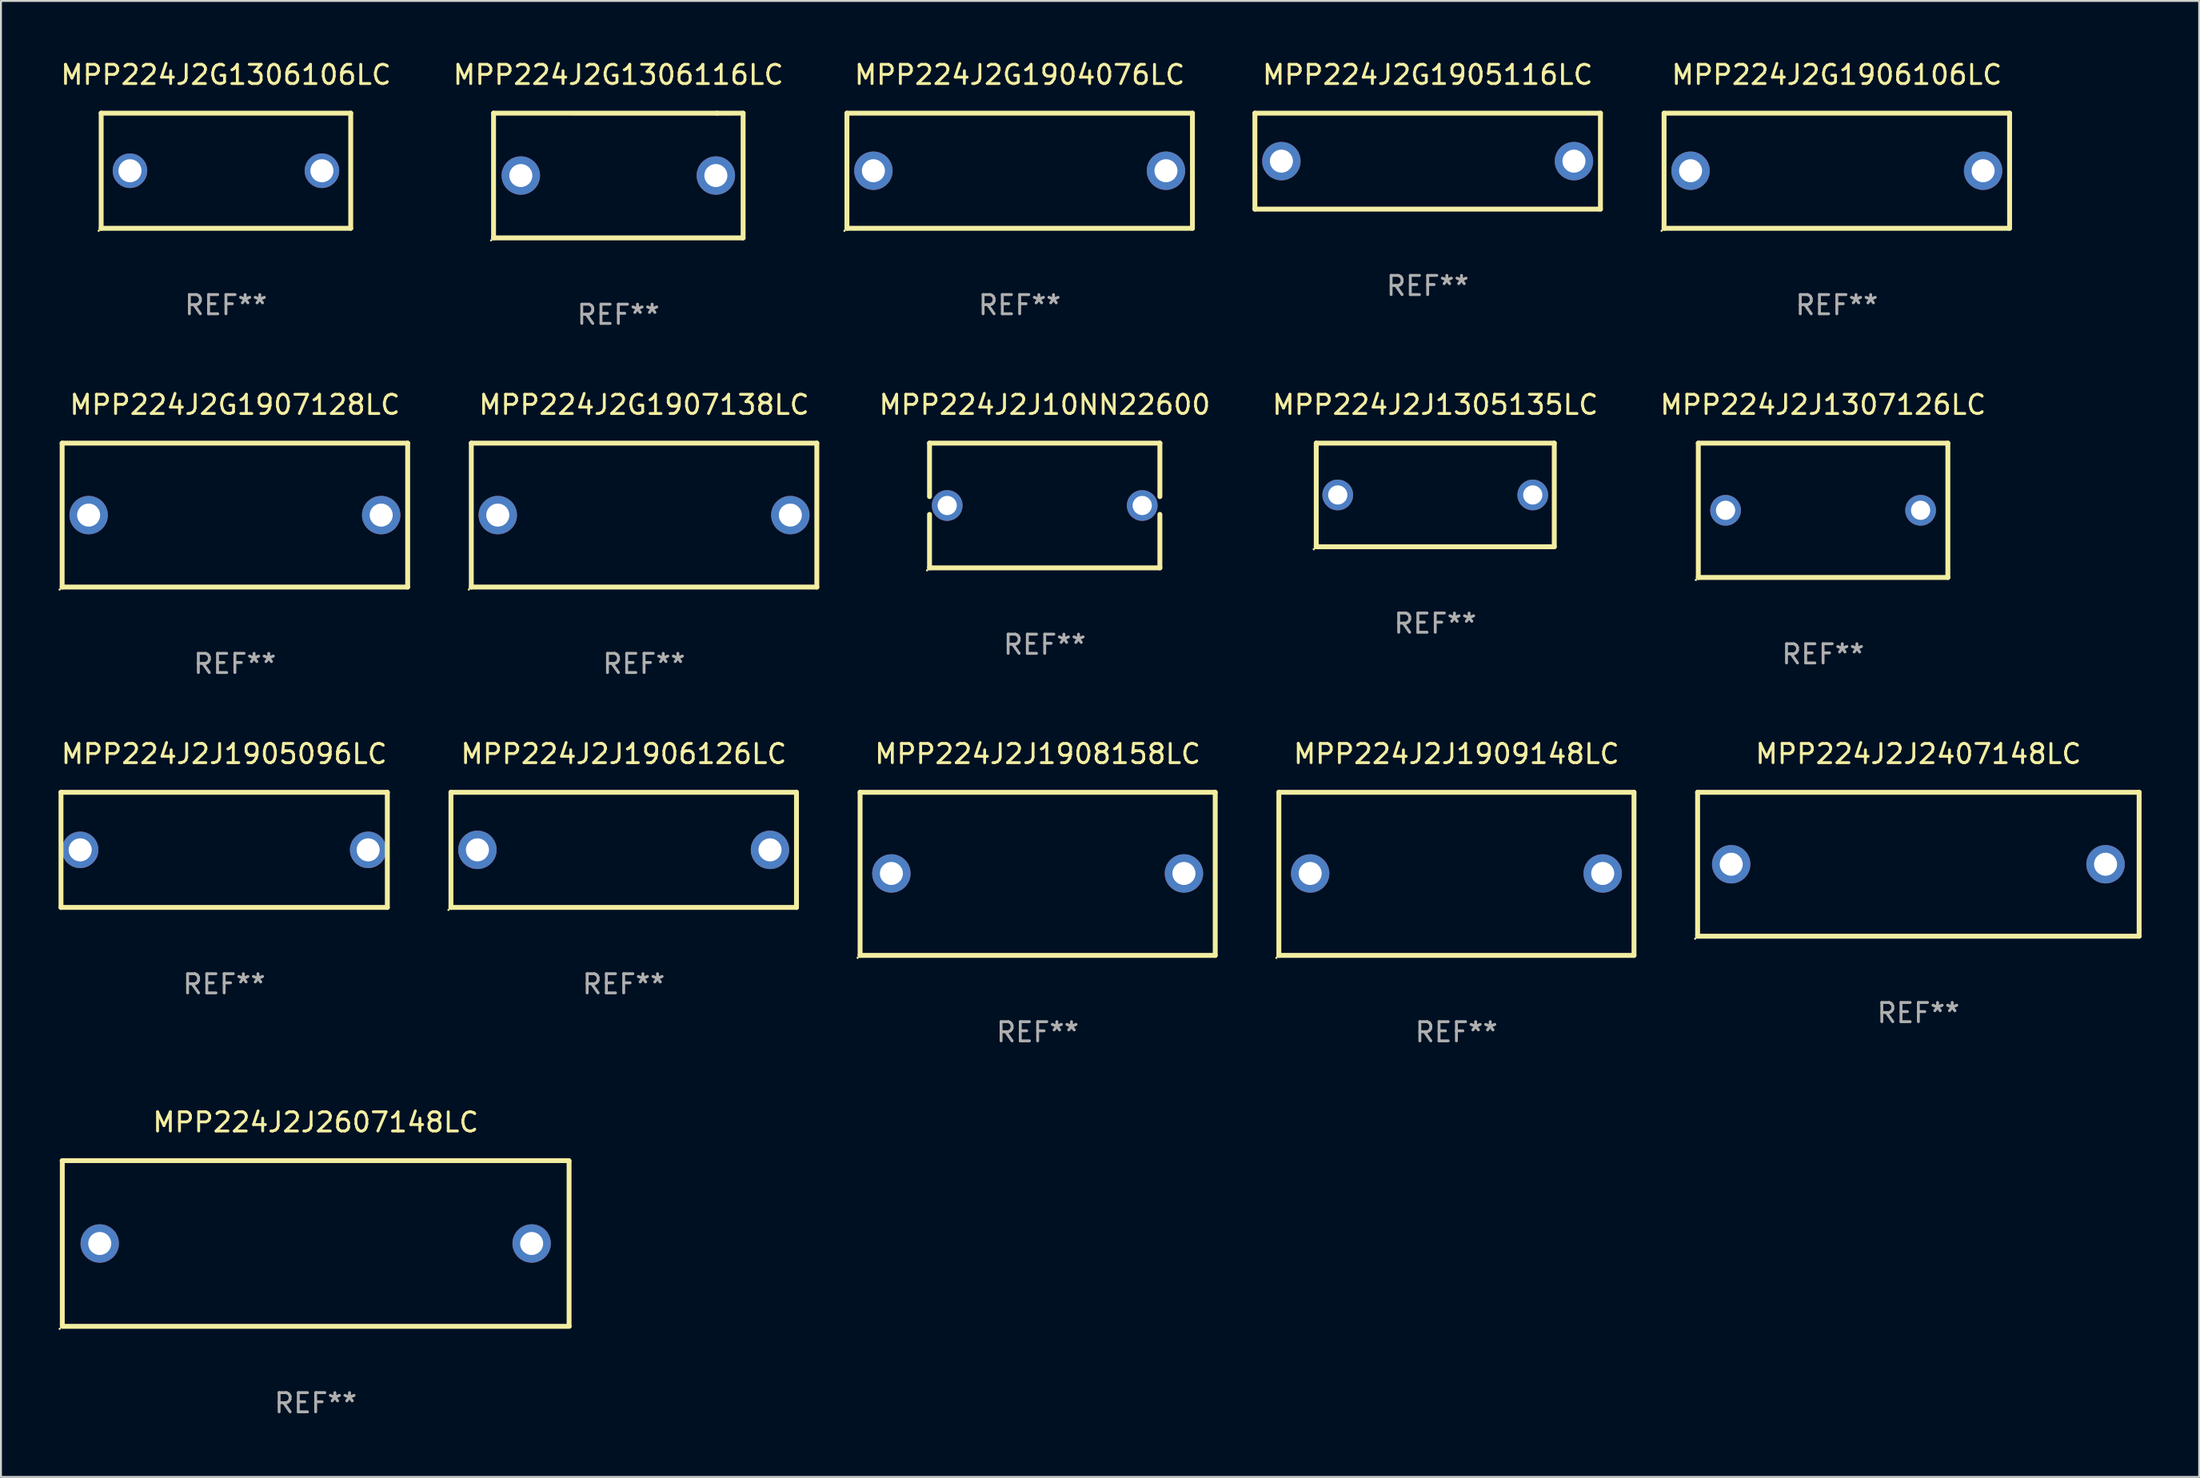
<source format=kicad_pcb>
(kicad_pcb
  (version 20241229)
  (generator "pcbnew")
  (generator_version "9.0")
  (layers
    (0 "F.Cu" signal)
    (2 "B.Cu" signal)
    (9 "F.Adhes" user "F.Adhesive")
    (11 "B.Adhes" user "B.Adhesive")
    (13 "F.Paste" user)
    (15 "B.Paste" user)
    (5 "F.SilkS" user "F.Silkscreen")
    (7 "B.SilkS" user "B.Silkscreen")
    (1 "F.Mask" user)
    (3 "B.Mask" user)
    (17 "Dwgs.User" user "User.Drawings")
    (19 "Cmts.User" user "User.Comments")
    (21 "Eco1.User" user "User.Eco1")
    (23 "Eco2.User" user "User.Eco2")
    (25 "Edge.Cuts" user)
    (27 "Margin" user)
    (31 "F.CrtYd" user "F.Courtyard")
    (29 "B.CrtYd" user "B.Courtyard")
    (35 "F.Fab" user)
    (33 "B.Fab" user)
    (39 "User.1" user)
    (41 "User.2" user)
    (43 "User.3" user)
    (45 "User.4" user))
  (footprint "MPP224J2G1906106LC"
    (layer "F.Cu")
    (at 92.636 5.848)
    (property "Reference" "MPP224J2G1906106LC" (at 0 -5 0) (layer "F.SilkS") (effects (font (size 1 1) (thickness 0.15))))
    (attr through_hole)
    (fp_line (start -9 -3) (end 9 -3) (stroke (width 0.254) (type solid)) (layer "F.SilkS"))
    (fp_line (start -9 3) (end -9 -3) (stroke (width 0.254) (type solid)) (layer "F.SilkS"))
    (fp_line (start 9 -3) (end 9 3) (stroke (width 0.254) (type solid)) (layer "F.SilkS"))
    (fp_line (start 9 3) (end -9 3) (stroke (width 0.254) (type solid)) (layer "F.SilkS"))
    (fp_circle (center -9.127 3.127) (end -9.097 3.127) (stroke (width 0.06) (type solid)) (fill no) (layer "F.SilkS"))
    (fp_text user "REF**" (at 0 7 0) (layer "F.Fab") (effects (font (size 1 1) (thickness 0.15))))
    (pad "1" thru_hole circle (at -7.62 0) (size 2 2) (drill 1.2) (layers "*.Cu" "*.Mask"))
    (pad "2" thru_hole circle (at 7.62 0) (size 2 2) (drill 1.2) (layers "*.Cu" "*.Mask")))
  (footprint "MPP224J2J2407148LC"
    (layer "F.Cu")
    (at 96.884 41.991)
    (property "Reference" "MPP224J2J2407148LC" (at 0 -5.75 0) (layer "F.SilkS") (effects (font (size 1 1) (thickness 0.15))))
    (attr through_hole)
    (fp_line (start -11.5 -3.75) (end 11.5 -3.75) (stroke (width 0.254) (type solid)) (layer "F.SilkS"))
    (fp_line (start -11.5 3.75) (end -11.5 -3.75) (stroke (width 0.254) (type solid)) (layer "F.SilkS"))
    (fp_line (start 11.5 -3.75) (end 11.5 3.75) (stroke (width 0.254) (type solid)) (layer "F.SilkS"))
    (fp_line (start 11.5 3.75) (end -11.5 3.75) (stroke (width 0.254) (type solid)) (layer "F.SilkS"))
    (fp_circle (center -11.627 3.877) (end -11.597 3.877) (stroke (width 0.06) (type solid)) (fill no) (layer "F.SilkS"))
    (fp_text user "REF**" (at 0 7.75 0) (layer "F.Fab") (effects (font (size 1 1) (thickness 0.15))))
    (pad "1" thru_hole circle (at -9.75 0) (size 2 2) (drill 1.2) (layers "*.Cu" "*.Mask"))
    (pad "2" thru_hole circle (at 9.75 0) (size 2 2) (drill 1.2) (layers "*.Cu" "*.Mask")))
  (footprint "MPP224J2J10NN22600"
    (layer "F.Cu")
    (at 51.372 23.295)
    (property "Reference" "MPP224J2J10NN22600" (at 0 -5.25 0) (layer "F.SilkS") (effects (font (size 1 1) (thickness 0.15))))
    (attr through_hole)
    (fp_line (start -6 -3.25) (end 6 -3.25) (stroke (width 0.254) (type solid)) (layer "F.SilkS"))
    (fp_line (start -6 -0.463) (end -6 -3.25) (stroke (width 0.254) (type solid)) (layer "F.SilkS"))
    (fp_line (start -6 3.25) (end -6 0.463) (stroke (width 0.254) (type solid)) (layer "F.SilkS"))
    (fp_line (start 6 -3.25) (end 6 -0.463) (stroke (width 0.254) (type solid)) (layer "F.SilkS"))
    (fp_line (start 6 0.463) (end 6 3.25) (stroke (width 0.254) (type solid)) (layer "F.SilkS"))
    (fp_line (start 6 3.25) (end -6 3.25) (stroke (width 0.254) (type solid)) (layer "F.SilkS"))
    (fp_circle (center -6.127 3.377) (end -6.097 3.377) (stroke (width 0.06) (type solid)) (fill no) (layer "F.SilkS"))
    (fp_text user "REF**" (at 0 7.25 0) (layer "F.Fab") (effects (font (size 1 1) (thickness 0.15))))
    (pad "1" thru_hole circle (at -5.08 -0.000013) (size 1.6 1.6) (drill 1) (layers "*.Cu" "*.Mask"))
    (pad "2" thru_hole circle (at 5.08 -0.000013) (size 1.6 1.6) (drill 1) (layers "*.Cu" "*.Mask")))
  (footprint "MPP224J2G1907128LC"
    (layer "F.Cu")
    (at 9.187 23.795)
    (property "Reference" "MPP224J2G1907128LC" (at 0 -5.75 0) (layer "F.SilkS") (effects (font (size 1 1) (thickness 0.15))))
    (attr through_hole)
    (fp_line (start -9 -3.75) (end 9 -3.75) (stroke (width 0.254) (type solid)) (layer "F.SilkS"))
    (fp_line (start -9 3.75) (end -9 -3.75) (stroke (width 0.254) (type solid)) (layer "F.SilkS"))
    (fp_line (start 9 -3.75) (end 9 3.75) (stroke (width 0.254) (type solid)) (layer "F.SilkS"))
    (fp_line (start 9 3.75) (end -9 3.75) (stroke (width 0.254) (type solid)) (layer "F.SilkS"))
    (fp_circle (center -9.127 3.877) (end -9.097 3.877) (stroke (width 0.06) (type solid)) (fill no) (layer "F.SilkS"))
    (fp_text user "REF**" (at 0 7.75 0) (layer "F.Fab") (effects (font (size 1 1) (thickness 0.15))))
    (pad "1" thru_hole circle (at -7.62 0) (size 2 2) (drill 1.2) (layers "*.Cu" "*.Mask"))
    (pad "2" thru_hole circle (at 7.62 0) (size 2 2) (drill 1.2) (layers "*.Cu" "*.Mask")))
  (footprint "MPP224J2G1907138LC"
    (layer "F.Cu")
    (at 30.501 23.795)
    (property "Reference" "MPP224J2G1907138LC" (at 0 -5.75 0) (layer "F.SilkS") (effects (font (size 1 1) (thickness 0.15))))
    (attr through_hole)
    (fp_line (start -9 -3.75) (end 9 -3.75) (stroke (width 0.254) (type solid)) (layer "F.SilkS"))
    (fp_line (start -9 3.75) (end -9 -3.75) (stroke (width 0.254) (type solid)) (layer "F.SilkS"))
    (fp_line (start 9 -3.75) (end 9 3.75) (stroke (width 0.254) (type solid)) (layer "F.SilkS"))
    (fp_line (start 9 3.75) (end -9 3.75) (stroke (width 0.254) (type solid)) (layer "F.SilkS"))
    (fp_circle (center -9.127 3.877) (end -9.097 3.877) (stroke (width 0.06) (type solid)) (fill no) (layer "F.SilkS"))
    (fp_text user "REF**" (at 0 7.75 0) (layer "F.Fab") (effects (font (size 1 1) (thickness 0.15))))
    (pad "1" thru_hole circle (at -7.62 0) (size 2 2) (drill 1.2) (layers "*.Cu" "*.Mask"))
    (pad "2" thru_hole circle (at 7.62 0) (size 2 2) (drill 1.2) (layers "*.Cu" "*.Mask")))
  (footprint "MPP224J2J1305135LC"
    (layer "F.Cu")
    (at 71.717 22.745)
    (property "Reference" "MPP224J2J1305135LC" (at 0 -4.7 0) (layer "F.SilkS") (effects (font (size 1 1) (thickness 0.15))))
    (attr through_hole)
    (fp_line (start -6.2 -2.7) (end 6.2 -2.7) (stroke (width 0.254) (type solid)) (layer "F.SilkS"))
    (fp_line (start -6.2 2.7) (end -6.2 -2.7) (stroke (width 0.254) (type solid)) (layer "F.SilkS"))
    (fp_line (start 6.2 -2.7) (end 6.2 2.7) (stroke (width 0.254) (type solid)) (layer "F.SilkS"))
    (fp_line (start 6.2 2.7) (end -6.2 2.7) (stroke (width 0.254) (type solid)) (layer "F.SilkS"))
    (fp_circle (center -6.327 2.827) (end -6.297 2.827) (stroke (width 0.06) (type solid)) (fill no) (layer "F.SilkS"))
    (fp_text user "REF**" (at 0 6.7 0) (layer "F.Fab") (effects (font (size 1 1) (thickness 0.15))))
    (pad "1" thru_hole circle (at -5.08 0) (size 1.6 1.6) (drill 1) (layers "*.Cu" "*.Mask"))
    (pad "2" thru_hole circle (at 5.08 0) (size 1.6 1.6) (drill 1) (layers "*.Cu" "*.Mask")))
  (footprint "MPP224J2J1909148LC"
    (layer "F.Cu")
    (at 72.82 42.491)
    (property "Reference" "MPP224J2J1909148LC" (at 0 -6.25 0) (layer "F.SilkS") (effects (font (size 1 1) (thickness 0.15))))
    (attr through_hole)
    (fp_line (start -9.25 -4.25) (end 9.25 -4.25) (stroke (width 0.254) (type solid)) (layer "F.SilkS"))
    (fp_line (start -9.25 4.25) (end -9.25 -4.25) (stroke (width 0.254) (type solid)) (layer "F.SilkS"))
    (fp_line (start 9.25 -4.25) (end 9.25 4.25) (stroke (width 0.254) (type solid)) (layer "F.SilkS"))
    (fp_line (start 9.25 4.25) (end -9.25 4.25) (stroke (width 0.254) (type solid)) (layer "F.SilkS"))
    (fp_circle (center -9.377 4.377) (end -9.347 4.377) (stroke (width 0.06) (type solid)) (fill no) (layer "F.SilkS"))
    (fp_text user "REF**" (at 0 8.25 0) (layer "F.Fab") (effects (font (size 1 1) (thickness 0.15))))
    (pad "1" thru_hole circle (at -7.62 -0.02) (size 2 2) (drill 1.2) (layers "*.Cu" "*.Mask"))
    (pad "2" thru_hole circle (at 7.62 -0.02) (size 2 2) (drill 1.2) (layers "*.Cu" "*.Mask")))
  (footprint "MPP224J2J2607148LC"
    (layer "F.Cu")
    (at 13.395 61.756)
    (property "Reference" "MPP224J2J2607148LC" (at 0 -6.318 0) (layer "F.SilkS") (effects (font (size 1 1) (thickness 0.15))))
    (attr through_hole)
    (fp_line (start -13.208 -4.318) (end 13.193 -4.318) (stroke (width 0.254) (type solid)) (layer "F.SilkS"))
    (fp_line (start -13.2 4.3) (end -13.2 -4.3) (stroke (width 0.254) (type solid)) (layer "F.SilkS"))
    (fp_line (start 13.2 -4.3) (end 13.2 4.3) (stroke (width 0.254) (type solid)) (layer "F.SilkS"))
    (fp_line (start 13.208 4.318) (end -13.193 4.318) (stroke (width 0.254) (type solid)) (layer "F.SilkS"))
    (fp_circle (center -13.335 4.445) (end -13.305 4.445) (stroke (width 0.06) (type solid)) (fill no) (layer "F.SilkS"))
    (fp_text user "REF**" (at 0 8.318 0) (layer "F.Fab") (effects (font (size 1 1) (thickness 0.15))))
    (pad "1" thru_hole circle (at -11.25 0) (size 2 2) (drill 1.2) (layers "*.Cu" "*.Mask"))
    (pad "2" thru_hole circle (at 11.25 0) (size 2 2) (drill 1.2) (layers "*.Cu" "*.Mask")))
  (footprint "MPP224J2G1904076LC"
    (layer "F.Cu")
    (at 50.068 5.848)
    (property "Reference" "MPP224J2G1904076LC" (at 0 -5 0) (layer "F.SilkS") (effects (font (size 1 1) (thickness 0.15))))
    (attr through_hole)
    (fp_line (start -9 -3) (end 9 -3) (stroke (width 0.254) (type solid)) (layer "F.SilkS"))
    (fp_line (start -9 3) (end -9 -3) (stroke (width 0.254) (type solid)) (layer "F.SilkS"))
    (fp_line (start 9 -3) (end 9 3) (stroke (width 0.254) (type solid)) (layer "F.SilkS"))
    (fp_line (start 9 3) (end -9 3) (stroke (width 0.254) (type solid)) (layer "F.SilkS"))
    (fp_circle (center -9.127 3.127) (end -9.097 3.127) (stroke (width 0.06) (type solid)) (fill no) (layer "F.SilkS"))
    (fp_text user "REF**" (at 0 7 0) (layer "F.Fab") (effects (font (size 1 1) (thickness 0.15))))
    (pad "1" thru_hole circle (at -7.62 0) (size 2 2) (drill 1.2) (layers "*.Cu" "*.Mask"))
    (pad "2" thru_hole circle (at 7.62 0) (size 2 2) (drill 1.2) (layers "*.Cu" "*.Mask")))
  (footprint "MPP224J2G1306106LC"
    (layer "F.Cu")
    (at 8.72 5.848)
    (property "Reference" "MPP224J2G1306106LC" (at 0 -5 0) (layer "F.SilkS") (effects (font (size 1 1) (thickness 0.15))))
    (attr through_hole)
    (fp_line (start -6.5 -3) (end 6.5 -3) (stroke (width 0.254) (type solid)) (layer "F.SilkS"))
    (fp_line (start -6.5 3) (end -6.5 -3) (stroke (width 0.254) (type solid)) (layer "F.SilkS"))
    (fp_line (start -6.5 3) (end 6.5 3) (stroke (width 0.254) (type solid)) (layer "F.SilkS"))
    (fp_line (start 6.5 -3) (end 6.5 3) (stroke (width 0.254) (type solid)) (layer "F.SilkS"))
    (fp_circle (center -6.627 3.127) (end -6.597 3.127) (stroke (width 0.06) (type solid)) (fill no) (layer "F.SilkS"))
    (fp_text user "REF**" (at 0 7 0) (layer "F.Fab") (effects (font (size 1 1) (thickness 0.15))))
    (pad "1" thru_hole circle (at -5 0) (size 1.8 1.8) (drill 1.2) (layers "*.Cu" "*.Mask"))
    (pad "2" thru_hole circle (at 5 0) (size 1.8 1.8) (drill 1.2) (layers "*.Cu" "*.Mask")))
  (footprint "MPP224J2G1905116LC"
    (layer "F.Cu")
    (at 71.322 5.348)
    (property "Reference" "MPP224J2G1905116LC" (at 0 -4.5 0) (layer "F.SilkS") (effects (font (size 1 1) (thickness 0.15))))
    (attr through_hole)
    (fp_line (start -9 -2.5) (end 9 -2.5) (stroke (width 0.254) (type solid)) (layer "F.SilkS"))
    (fp_line (start -9 2.5) (end -9 -2.5) (stroke (width 0.254) (type solid)) (layer "F.SilkS"))
    (fp_line (start 9 -2.5) (end 9 2.5) (stroke (width 0.254) (type solid)) (layer "F.SilkS"))
    (fp_line (start 9 2.5) (end -9 2.5) (stroke (width 0.254) (type solid)) (layer "F.SilkS"))
    (fp_circle (center -9 2.5) (end -8.97 2.5) (stroke (width 0.06) (type solid)) (fill no) (layer "F.SilkS"))
    (fp_text user "REF**" (at 0 6.5 0) (layer "F.Fab") (effects (font (size 1 1) (thickness 0.15))))
    (pad "1" thru_hole circle (at -7.62 -0.000127) (size 2 2) (drill 1.2) (layers "*.Cu" "*.Mask"))
    (pad "2" thru_hole circle (at 7.62 -0.000127) (size 2 2) (drill 1.2) (layers "*.Cu" "*.Mask")))
  (footprint "MPP224J2J1307126LC"
    (layer "F.Cu")
    (at 91.92 23.545)
    (property "Reference" "MPP224J2J1307126LC" (at 0 -5.5 0) (layer "F.SilkS") (effects (font (size 1 1) (thickness 0.15))))
    (attr through_hole)
    (fp_line (start -6.5 -3.5) (end 6.5 -3.5) (stroke (width 0.254) (type solid)) (layer "F.SilkS"))
    (fp_line (start -6.5 3.5) (end -6.5 -3.5) (stroke (width 0.254) (type solid)) (layer "F.SilkS"))
    (fp_line (start 6.5 -3.5) (end 6.5 3.5) (stroke (width 0.254) (type solid)) (layer "F.SilkS"))
    (fp_line (start 6.5 3.5) (end -6.5 3.5) (stroke (width 0.254) (type solid)) (layer "F.SilkS"))
    (fp_circle (center -6.627 3.627) (end -6.597 3.627) (stroke (width 0.06) (type solid)) (fill no) (layer "F.SilkS"))
    (fp_text user "REF**" (at 0 7.5 0) (layer "F.Fab") (effects (font (size 1 1) (thickness 0.15))))
    (pad "1" thru_hole circle (at -5.08 -0.000127) (size 1.6 1.6) (drill 1) (layers "*.Cu" "*.Mask"))
    (pad "2" thru_hole circle (at 5.08 -0.000127) (size 1.6 1.6) (drill 1) (layers "*.Cu" "*.Mask")))
  (footprint "MPP224J2J1908158LC"
    (layer "F.Cu")
    (at 51.005 42.491)
    (property "Reference" "MPP224J2J1908158LC" (at 0 -6.25 0) (layer "F.SilkS") (effects (font (size 1 1) (thickness 0.15))))
    (attr through_hole)
    (fp_line (start -9.25 -4.25) (end 9.25 -4.25) (stroke (width 0.254) (type solid)) (layer "F.SilkS"))
    (fp_line (start -9.25 4.25) (end -9.25 -4.25) (stroke (width 0.254) (type solid)) (layer "F.SilkS"))
    (fp_line (start 9.25 -4.25) (end 9.25 4.25) (stroke (width 0.254) (type solid)) (layer "F.SilkS"))
    (fp_line (start 9.25 4.25) (end -9.25 4.25) (stroke (width 0.254) (type solid)) (layer "F.SilkS"))
    (fp_circle (center -9.377 4.377) (end -9.347 4.377) (stroke (width 0.06) (type solid)) (fill no) (layer "F.SilkS"))
    (fp_text user "REF**" (at 0 8.25 0) (layer "F.Fab") (effects (font (size 1 1) (thickness 0.15))))
    (pad "1" thru_hole circle (at -7.62 -0.02) (size 2 2) (drill 1.2) (layers "*.Cu" "*.Mask"))
    (pad "2" thru_hole circle (at 7.62 -0.02) (size 2 2) (drill 1.2) (layers "*.Cu" "*.Mask")))
  (footprint "MPP224J2J1906126LC"
    (layer "F.Cu")
    (at 29.441 41.241)
    (property "Reference" "MPP224J2J1906126LC" (at 0 -5 0) (layer "F.SilkS") (effects (font (size 1 1) (thickness 0.15))))
    (attr through_hole)
    (fp_line (start -9 -3) (end 9 -3) (stroke (width 0.254) (type solid)) (layer "F.SilkS"))
    (fp_line (start -9 3) (end -9 -3) (stroke (width 0.254) (type solid)) (layer "F.SilkS"))
    (fp_line (start 9 -3) (end 9 3) (stroke (width 0.254) (type solid)) (layer "F.SilkS"))
    (fp_line (start 9 3) (end -9 3) (stroke (width 0.254) (type solid)) (layer "F.SilkS"))
    (fp_circle (center -9.127 3.127) (end -9.097 3.127) (stroke (width 0.06) (type solid)) (fill no) (layer "F.SilkS"))
    (fp_text user "REF**" (at 0 7 0) (layer "F.Fab") (effects (font (size 1 1) (thickness 0.15))))
    (pad "1" thru_hole circle (at -7.62 0) (size 2 2) (drill 1.2) (layers "*.Cu" "*.Mask"))
    (pad "2" thru_hole circle (at 7.62 0) (size 2 2) (drill 1.2) (layers "*.Cu" "*.Mask")))
  (footprint "MPP224J2J1905096LC"
    (layer "F.Cu")
    (at 8.627 41.241)
    (property "Reference" "MPP224J2J1905096LC" (at 0 -5 0) (layer "F.SilkS") (effects (font (size 1 1) (thickness 0.15))))
    (attr through_hole)
    (fp_line (start -8.5 -3) (end 8.5 -3) (stroke (width 0.254) (type solid)) (layer "F.SilkS"))
    (fp_line (start -8.5 3) (end -8.5 -3) (stroke (width 0.254) (type solid)) (layer "F.SilkS"))
    (fp_line (start 8.5 -3) (end 8.5 3) (stroke (width 0.254) (type solid)) (layer "F.SilkS"))
    (fp_line (start 8.5 3) (end -8.5 3) (stroke (width 0.254) (type solid)) (layer "F.SilkS"))
    (fp_circle (center -8.5 3) (end -8.47 3) (stroke (width 0.06) (type solid)) (fill no) (layer "F.SilkS"))
    (fp_text user "REF**" (at 0 7 0) (layer "F.Fab") (effects (font (size 1 1) (thickness 0.15))))
    (pad "1" thru_hole circle (at -7.501 0) (size 1.9 1.9) (drill 1.2) (layers "*.Cu" "*.Mask"))
    (pad "2" thru_hole circle (at 7.501 0) (size 1.9 1.9) (drill 1.2) (layers "*.Cu" "*.Mask")))
  (footprint "MPP224J2G1306116LC"
    (layer "F.Cu")
    (at 29.161 6.098)
    (property "Reference" "MPP224J2G1306116LC" (at 0 -5.25 0) (layer "F.SilkS") (effects (font (size 1 1) (thickness 0.15))))
    (attr through_hole)
    (fp_line (start -6.5 -3.25) (end 5.141 -3.249) (stroke (width 0.254) (type solid)) (layer "F.SilkS"))
    (fp_line (start -6.5 3.25) (end -6.5 -3.25) (stroke (width 0.254) (type solid)) (layer "F.SilkS"))
    (fp_line (start -6.5 3.25) (end 6.5 3.25) (stroke (width 0.254) (type solid)) (layer "F.SilkS"))
    (fp_line (start 5.141 -3.249) (end 6.5 -3.25) (stroke (width 0.254) (type solid)) (layer "F.SilkS"))
    (fp_line (start 6.5 -3.25) (end 6.5 3.25) (stroke (width 0.254) (type solid)) (layer "F.SilkS"))
    (fp_circle (center -6.627 3.377) (end -6.597 3.377) (stroke (width 0.06) (type solid)) (fill no) (layer "F.SilkS"))
    (fp_text user "REF**" (at 0 7.25 0) (layer "F.Fab") (effects (font (size 1 1) (thickness 0.15))))
    (pad "1" thru_hole circle (at -5.08 0) (size 2 2) (drill 1.2) (layers "*.Cu" "*.Mask"))
    (pad "2" thru_hole circle (at 5.08 0) (size 2 2) (drill 1.2) (layers "*.Cu" "*.Mask")))
  (gr_rect
    (start -3 -3)
    (end 111.511 73.922)
    (stroke (width 0.1) (type default))
    (fill no)
    (layer "Edge.Cuts")))
</source>
